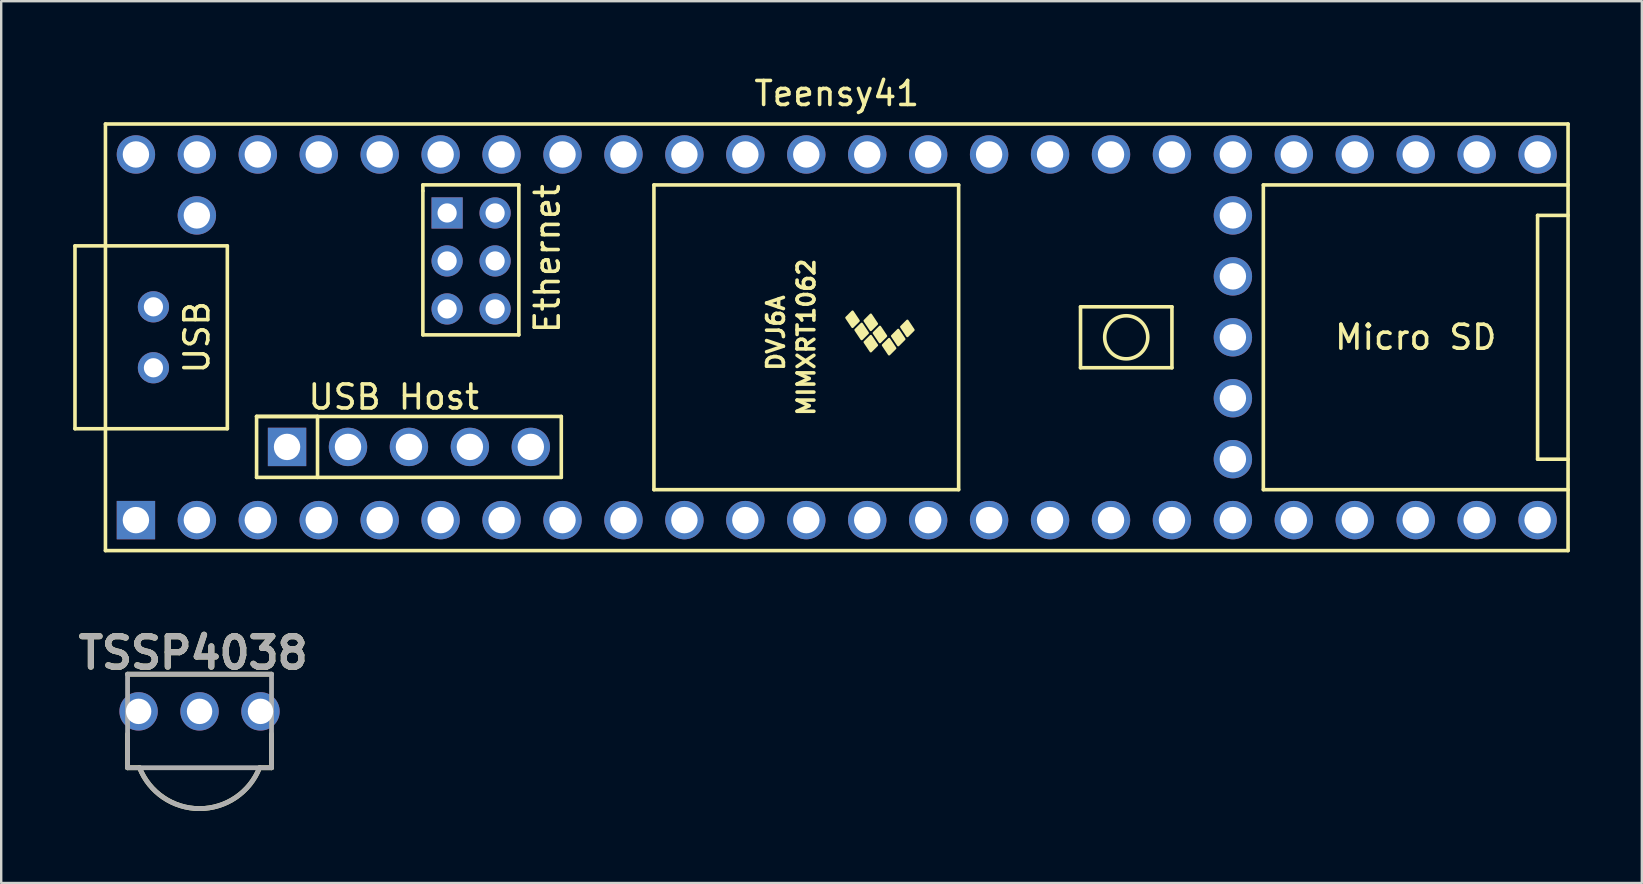
<source format=kicad_pcb>
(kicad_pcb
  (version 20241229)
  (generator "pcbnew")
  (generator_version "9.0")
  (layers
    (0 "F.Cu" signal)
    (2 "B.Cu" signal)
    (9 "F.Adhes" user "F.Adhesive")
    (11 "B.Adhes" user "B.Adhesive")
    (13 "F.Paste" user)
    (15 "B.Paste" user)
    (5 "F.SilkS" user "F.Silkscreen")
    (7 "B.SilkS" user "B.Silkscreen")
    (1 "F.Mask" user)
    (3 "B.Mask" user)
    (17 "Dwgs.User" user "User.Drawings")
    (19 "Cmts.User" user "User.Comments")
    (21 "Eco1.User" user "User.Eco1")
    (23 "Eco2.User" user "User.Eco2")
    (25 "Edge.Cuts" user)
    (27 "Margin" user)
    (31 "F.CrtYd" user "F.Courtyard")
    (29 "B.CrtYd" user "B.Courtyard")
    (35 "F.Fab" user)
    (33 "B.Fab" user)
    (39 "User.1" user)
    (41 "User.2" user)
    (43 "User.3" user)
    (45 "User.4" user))
  (footprint "Teensy41"
    (layer "F.Cu")
    (at 31.825 11.008)
    (property "Reference" "Teensy41" (at 0 -10.16 0) (layer "F.SilkS") (effects (font (size 1 1) (thickness 0.15))))
    (attr through_hole)
    (fp_line (start -31.75 -3.81) (end -30.48 -3.81) (stroke (width 0.15) (type solid)) (layer "F.SilkS"))
    (fp_line (start -31.75 3.81) (end -31.75 -3.81) (stroke (width 0.15) (type solid)) (layer "F.SilkS"))
    (fp_line (start -30.48 -8.89) (end 30.48 -8.89) (stroke (width 0.15) (type solid)) (layer "F.SilkS"))
    (fp_line (start -30.48 3.81) (end -31.75 3.81) (stroke (width 0.15) (type solid)) (layer "F.SilkS"))
    (fp_line (start -30.48 8.89) (end -30.48 -8.89) (stroke (width 0.15) (type solid)) (layer "F.SilkS"))
    (fp_line (start -25.4 -3.81) (end -30.48 -3.81) (stroke (width 0.15) (type solid)) (layer "F.SilkS"))
    (fp_line (start -25.4 3.81) (end -30.48 3.81) (stroke (width 0.15) (type solid)) (layer "F.SilkS"))
    (fp_line (start -25.4 3.81) (end -25.4 -3.81) (stroke (width 0.15) (type solid)) (layer "F.SilkS"))
    (fp_line (start -24.181 3.299) (end -21.641 3.299) (stroke (width 0.15) (type solid)) (layer "F.SilkS"))
    (fp_line (start -24.181 3.299) (end -11.481 3.299) (stroke (width 0.15) (type solid)) (layer "F.SilkS"))
    (fp_line (start -24.181 5.839) (end -24.181 3.299) (stroke (width 0.15) (type solid)) (layer "F.SilkS"))
    (fp_line (start -21.641 3.299) (end -21.641 5.839) (stroke (width 0.15) (type solid)) (layer "F.SilkS"))
    (fp_line (start -17.25 -6.352) (end -17.25 -6.102) (stroke (width 0.15) (type solid)) (layer "F.SilkS"))
    (fp_line (start -17.25 -6.102) (end -17.25 -0.102) (stroke (width 0.15) (type solid)) (layer "F.SilkS"))
    (fp_line (start -17.25 -0.102) (end -13.25 -0.102) (stroke (width 0.15) (type solid)) (layer "F.SilkS"))
    (fp_line (start -13.25 -6.352) (end -17.25 -6.352) (stroke (width 0.15) (type solid)) (layer "F.SilkS"))
    (fp_line (start -13.25 -0.102) (end -13.25 -6.352) (stroke (width 0.15) (type solid)) (layer "F.SilkS"))
    (fp_line (start -11.481 3.299) (end -11.481 5.839) (stroke (width 0.15) (type solid)) (layer "F.SilkS"))
    (fp_line (start -11.481 5.839) (end -24.181 5.839) (stroke (width 0.15) (type solid)) (layer "F.SilkS"))
    (fp_line (start -7.62 -6.35) (end -7.62 6.35) (stroke (width 0.15) (type solid)) (layer "F.SilkS"))
    (fp_line (start -7.62 6.35) (end 5.08 6.35) (stroke (width 0.15) (type solid)) (layer "F.SilkS"))
    (fp_line (start 5.08 -6.35) (end -7.62 -6.35) (stroke (width 0.15) (type solid)) (layer "F.SilkS"))
    (fp_line (start 5.08 6.35) (end 5.08 -6.35) (stroke (width 0.15) (type solid)) (layer "F.SilkS"))
    (fp_line (start 10.16 -1.27) (end 13.97 -1.27) (stroke (width 0.15) (type solid)) (layer "F.SilkS"))
    (fp_line (start 10.16 1.27) (end 10.16 -1.27) (stroke (width 0.15) (type solid)) (layer "F.SilkS"))
    (fp_line (start 13.97 -1.27) (end 13.97 1.27) (stroke (width 0.15) (type solid)) (layer "F.SilkS"))
    (fp_line (start 13.97 1.27) (end 10.16 1.27) (stroke (width 0.15) (type solid)) (layer "F.SilkS"))
    (fp_line (start 17.78 -6.35) (end 17.78 6.35) (stroke (width 0.15) (type solid)) (layer "F.SilkS"))
    (fp_line (start 17.78 6.35) (end 30.48 6.35) (stroke (width 0.15) (type solid)) (layer "F.SilkS"))
    (fp_line (start 29.21 -5.08) (end 29.21 5.08) (stroke (width 0.15) (type solid)) (layer "F.SilkS"))
    (fp_line (start 29.21 5.08) (end 30.48 5.08) (stroke (width 0.15) (type solid)) (layer "F.SilkS"))
    (fp_line (start 30.48 -8.89) (end 30.48 8.89) (stroke (width 0.15) (type solid)) (layer "F.SilkS"))
    (fp_line (start 30.48 -6.35) (end 17.78 -6.35) (stroke (width 0.15) (type solid)) (layer "F.SilkS"))
    (fp_line (start 30.48 -5.08) (end 29.21 -5.08) (stroke (width 0.15) (type solid)) (layer "F.SilkS"))
    (fp_line (start 30.48 8.89) (end -30.48 8.89) (stroke (width 0.15) (type solid)) (layer "F.SilkS"))
    (fp_circle (center 12.065 0) (end 12.7 -0.635) (stroke (width 0.15) (type solid)) (fill no) (layer "F.SilkS"))
    (fp_poly (pts (xy 0.911 -0.688) (xy 0.657 -0.434) (xy 0.403 -0.815) (xy 0.657 -1.069)) (stroke (width 0.1) (type solid)) (fill yes) (layer "F.SilkS"))
    (fp_poly (pts (xy 1.292 -0.18) (xy 1.038 0.074) (xy 0.784 -0.307) (xy 1.038 -0.561)) (stroke (width 0.1) (type solid)) (fill yes) (layer "F.SilkS"))
    (fp_poly (pts (xy 1.673 -0.561) (xy 1.419 -0.307) (xy 1.165 -0.688) (xy 1.419 -0.942)) (stroke (width 0.1) (type solid)) (fill yes) (layer "F.SilkS"))
    (fp_poly (pts (xy 1.673 0.328) (xy 1.419 0.582) (xy 1.165 0.201) (xy 1.419 -0.053)) (stroke (width 0.1) (type solid)) (fill yes) (layer "F.SilkS"))
    (fp_poly (pts (xy 2.054 -0.053) (xy 1.8 0.201) (xy 1.546 -0.18) (xy 1.8 -0.434)) (stroke (width 0.1) (type solid)) (fill yes) (layer "F.SilkS"))
    (fp_poly (pts (xy 2.435 0.455) (xy 2.181 0.709) (xy 1.927 0.328) (xy 2.181 0.074)) (stroke (width 0.1) (type solid)) (fill yes) (layer "F.SilkS"))
    (fp_poly (pts (xy 2.816 0.074) (xy 2.562 0.328) (xy 2.308 -0.053) (xy 2.562 -0.307)) (stroke (width 0.1) (type solid)) (fill yes) (layer "F.SilkS"))
    (fp_poly (pts (xy 3.197 -0.307) (xy 2.943 -0.053) (xy 2.689 -0.434) (xy 2.943 -0.688)) (stroke (width 0.1) (type solid)) (fill yes) (layer "F.SilkS"))
    (fp_text user "MIMXRT1062" (at -1.27 0 270) (layer "F.SilkS") (effects (font (size 0.7 0.7) (thickness 0.15))))
    (fp_text user "DVJ6A" (at -2.54 -0.18 270) (layer "F.SilkS") (effects (font (size 0.7 0.7) (thickness 0.15))))
    (fp_text user "USB Host" (at -18.466 2.489 0) (layer "F.SilkS") (effects (font (size 1 1) (thickness 0.15))))
    (fp_text user "Ethernet" (at -12.065 -3.277 90) (layer "F.SilkS") (effects (font (size 1 1) (thickness 0.15))))
    (fp_text user "USB" (at -26.67 0 270) (layer "F.SilkS") (effects (font (size 1 1) (thickness 0.15))))
    (fp_text user "Micro SD" (at 24.13 0 0) (layer "F.SilkS") (effects (font (size 1 1) (thickness 0.15))))
    (pad "1" thru_hole rect (at -29.21 7.62) (size 1.6 1.6) (drill 1.1) (layers "*.Cu" "*.Mask"))
    (pad "2" thru_hole circle (at -26.67 7.62) (size 1.6 1.6) (drill 1.1) (layers "*.Cu" "*.Mask"))
    (pad "3" thru_hole circle (at -24.13 7.62) (size 1.6 1.6) (drill 1.1) (layers "*.Cu" "*.Mask"))
    (pad "4" thru_hole circle (at -21.59 7.62) (size 1.6 1.6) (drill 1.1) (layers "*.Cu" "*.Mask"))
    (pad "5" thru_hole circle (at -19.05 7.62) (size 1.6 1.6) (drill 1.1) (layers "*.Cu" "*.Mask"))
    (pad "6" thru_hole circle (at -16.51 7.62) (size 1.6 1.6) (drill 1.1) (layers "*.Cu" "*.Mask"))
    (pad "7" thru_hole circle (at -13.97 7.62) (size 1.6 1.6) (drill 1.1) (layers "*.Cu" "*.Mask"))
    (pad "8" thru_hole circle (at -11.43 7.62) (size 1.6 1.6) (drill 1.1) (layers "*.Cu" "*.Mask"))
    (pad "9" thru_hole circle (at -8.89 7.62) (size 1.6 1.6) (drill 1.1) (layers "*.Cu" "*.Mask"))
    (pad "10" thru_hole circle (at -6.35 7.62) (size 1.6 1.6) (drill 1.1) (layers "*.Cu" "*.Mask"))
    (pad "11" thru_hole circle (at -3.81 7.62) (size 1.6 1.6) (drill 1.1) (layers "*.Cu" "*.Mask"))
    (pad "12" thru_hole circle (at -1.27 7.62) (size 1.6 1.6) (drill 1.1) (layers "*.Cu" "*.Mask"))
    (pad "13" thru_hole circle (at 1.27 7.62) (size 1.6 1.6) (drill 1.1) (layers "*.Cu" "*.Mask"))
    (pad "14" thru_hole circle (at 3.81 7.62) (size 1.6 1.6) (drill 1.1) (layers "*.Cu" "*.Mask"))
    (pad "15" thru_hole circle (at 6.35 7.62) (size 1.6 1.6) (drill 1.1) (layers "*.Cu" "*.Mask"))
    (pad "16" thru_hole circle (at 8.89 7.62) (size 1.6 1.6) (drill 1.1) (layers "*.Cu" "*.Mask"))
    (pad "17" thru_hole circle (at 11.43 7.62) (size 1.6 1.6) (drill 1.1) (layers "*.Cu" "*.Mask"))
    (pad "18" thru_hole circle (at 13.97 7.62) (size 1.6 1.6) (drill 1.1) (layers "*.Cu" "*.Mask"))
    (pad "19" thru_hole circle (at 16.51 7.62) (size 1.6 1.6) (drill 1.1) (layers "*.Cu" "*.Mask"))
    (pad "20" thru_hole circle (at 19.05 7.62) (size 1.6 1.6) (drill 1.1) (layers "*.Cu" "*.Mask"))
    (pad "21" thru_hole circle (at 21.59 7.62) (size 1.6 1.6) (drill 1.1) (layers "*.Cu" "*.Mask"))
    (pad "22" thru_hole circle (at 24.13 7.62) (size 1.6 1.6) (drill 1.1) (layers "*.Cu" "*.Mask"))
    (pad "23" thru_hole circle (at 26.67 7.62) (size 1.6 1.6) (drill 1.1) (layers "*.Cu" "*.Mask"))
    (pad "24" thru_hole circle (at 29.21 7.62) (size 1.6 1.6) (drill 1.1) (layers "*.Cu" "*.Mask"))
    (pad "25" thru_hole circle (at 29.21 -7.62) (size 1.6 1.6) (drill 1.1) (layers "*.Cu" "*.Mask"))
    (pad "26" thru_hole circle (at 26.67 -7.62) (size 1.6 1.6) (drill 1.1) (layers "*.Cu" "*.Mask"))
    (pad "27" thru_hole circle (at 24.13 -7.62) (size 1.6 1.6) (drill 1.1) (layers "*.Cu" "*.Mask"))
    (pad "28" thru_hole circle (at 21.59 -7.62) (size 1.6 1.6) (drill 1.1) (layers "*.Cu" "*.Mask"))
    (pad "29" thru_hole circle (at 19.05 -7.62) (size 1.6 1.6) (drill 1.1) (layers "*.Cu" "*.Mask"))
    (pad "30" thru_hole circle (at 16.51 -7.62) (size 1.6 1.6) (drill 1.1) (layers "*.Cu" "*.Mask"))
    (pad "31" thru_hole circle (at 13.97 -7.62) (size 1.6 1.6) (drill 1.1) (layers "*.Cu" "*.Mask"))
    (pad "32" thru_hole circle (at 11.43 -7.62) (size 1.6 1.6) (drill 1.1) (layers "*.Cu" "*.Mask"))
    (pad "33" thru_hole circle (at 8.89 -7.62) (size 1.6 1.6) (drill 1.1) (layers "*.Cu" "*.Mask"))
    (pad "34" thru_hole circle (at 6.35 -7.62) (size 1.6 1.6) (drill 1.1) (layers "*.Cu" "*.Mask"))
    (pad "35" thru_hole circle (at 3.81 -7.62) (size 1.6 1.6) (drill 1.1) (layers "*.Cu" "*.Mask"))
    (pad "36" thru_hole circle (at 1.27 -7.62) (size 1.6 1.6) (drill 1.1) (layers "*.Cu" "*.Mask"))
    (pad "37" thru_hole circle (at -1.27 -7.62) (size 1.6 1.6) (drill 1.1) (layers "*.Cu" "*.Mask"))
    (pad "38" thru_hole circle (at -3.81 -7.62) (size 1.6 1.6) (drill 1.1) (layers "*.Cu" "*.Mask"))
    (pad "39" thru_hole circle (at -6.35 -7.62) (size 1.6 1.6) (drill 1.1) (layers "*.Cu" "*.Mask"))
    (pad "40" thru_hole circle (at -8.89 -7.62) (size 1.6 1.6) (drill 1.1) (layers "*.Cu" "*.Mask"))
    (pad "41" thru_hole circle (at -11.43 -7.62) (size 1.6 1.6) (drill 1.1) (layers "*.Cu" "*.Mask"))
    (pad "42" thru_hole circle (at -13.97 -7.62) (size 1.6 1.6) (drill 1.1) (layers "*.Cu" "*.Mask"))
    (pad "43" thru_hole circle (at -16.51 -7.62) (size 1.6 1.6) (drill 1.1) (layers "*.Cu" "*.Mask"))
    (pad "44" thru_hole circle (at -19.05 -7.62) (size 1.6 1.6) (drill 1.1) (layers "*.Cu" "*.Mask"))
    (pad "45" thru_hole circle (at -21.59 -7.62) (size 1.6 1.6) (drill 1.1) (layers "*.Cu" "*.Mask"))
    (pad "46" thru_hole circle (at -24.13 -7.62) (size 1.6 1.6) (drill 1.1) (layers "*.Cu" "*.Mask"))
    (pad "47" thru_hole circle (at -26.67 -7.62) (size 1.6 1.6) (drill 1.1) (layers "*.Cu" "*.Mask"))
    (pad "48" thru_hole circle (at -29.21 -7.62) (size 1.6 1.6) (drill 1.1) (layers "*.Cu" "*.Mask"))
    (pad "49" thru_hole circle (at -26.67 -5.08) (size 1.6 1.6) (drill 1.1) (layers "*.Cu" "*.Mask"))
    (pad "50" thru_hole circle (at 16.51 5.08) (size 1.6 1.6) (drill 1.1) (layers "*.Cu" "*.Mask"))
    (pad "51" thru_hole circle (at 16.51 2.54) (size 1.6 1.6) (drill 1.1) (layers "*.Cu" "*.Mask"))
    (pad "52" thru_hole circle (at 16.51 0) (size 1.6 1.6) (drill 1.1) (layers "*.Cu" "*.Mask"))
    (pad "53" thru_hole circle (at 16.51 -2.54) (size 1.6 1.6) (drill 1.1) (layers "*.Cu" "*.Mask"))
    (pad "54" thru_hole circle (at 16.51 -5.08) (size 1.6 1.6) (drill 1.1) (layers "*.Cu" "*.Mask"))
    (pad "55" thru_hole rect (at -22.911 4.569) (size 1.6 1.6) (drill 1.1) (layers "*.Cu" "*.Mask"))
    (pad "56" thru_hole circle (at -20.371 4.569) (size 1.6 1.6) (drill 1.1) (layers "*.Cu" "*.Mask"))
    (pad "57" thru_hole circle (at -17.831 4.569) (size 1.6 1.6) (drill 1.1) (layers "*.Cu" "*.Mask"))
    (pad "58" thru_hole circle (at -15.291 4.569) (size 1.6 1.6) (drill 1.1) (layers "*.Cu" "*.Mask"))
    (pad "59" thru_hole circle (at -12.751 4.569) (size 1.6 1.6) (drill 1.1) (layers "*.Cu" "*.Mask"))
    (pad "60" thru_hole rect (at -16.24 -5.182) (size 1.3 1.3) (drill 0.8) (layers "*.Cu" "*.Mask"))
    (pad "61" thru_hole circle (at -16.24 -3.182) (size 1.3 1.3) (drill 0.8) (layers "*.Cu" "*.Mask"))
    (pad "62" thru_hole circle (at -16.24 -1.182) (size 1.3 1.3) (drill 0.8) (layers "*.Cu" "*.Mask"))
    (pad "63" thru_hole circle (at -14.24 -1.182) (size 1.3 1.3) (drill 0.8) (layers "*.Cu" "*.Mask"))
    (pad "64" thru_hole circle (at -14.24 -3.182) (size 1.3 1.3) (drill 0.8) (layers "*.Cu" "*.Mask"))
    (pad "65" thru_hole circle (at -14.24 -5.182) (size 1.3 1.3) (drill 0.8) (layers "*.Cu" "*.Mask"))
    (pad "66" thru_hole circle (at -28.48 -1.27) (size 1.3 1.3) (drill 0.8) (layers "*.Cu" "*.Mask"))
    (pad "67" thru_hole circle (at -28.48 1.27) (size 1.3 1.3) (drill 0.8) (layers "*.Cu" "*.Mask")))
  (footprint "TSSP4038"
    (layer "F.Cu")
    (at 5.267 25.049)
    (property "Reference" "TSSP4038" (at -0.266 -0.887 0) (layer "F.SilkS") (effects (font (size 1.27 1.27) (thickness 0.254))))
    (attr through_hole)
    (fp_line (start -3 0) (end 3 0) (stroke (width 0.2) (type solid)) (layer "F.SilkS"))
    (fp_line (start -3 3.9) (end -3 2.495) (stroke (width 0.2) (type solid)) (layer "F.SilkS"))
    (fp_line (start -3 3.9) (end -2.5 3.9) (stroke (width 0.2) (type solid)) (layer "F.SilkS"))
    (fp_line (start 3 3.9) (end 2.5 3.9) (stroke (width 0.2) (type solid)) (layer "F.SilkS"))
    (fp_line (start 3 3.9) (end 3 2.495) (stroke (width 0.2) (type solid)) (layer "F.SilkS"))
    (fp_arc (start 2.5 3.9) (mid -0.001152 5.603001) (end -2.500843 3.897855) (stroke (width 0.2) (type solid)) (layer "F.SilkS"))
    (fp_line (start -3 0) (end 3 0) (stroke (width 0.2) (type solid)) (layer "F.Fab"))
    (fp_line (start -3 3.9) (end -3 0) (stroke (width 0.2) (type solid)) (layer "F.Fab"))
    (fp_line (start 3 0) (end 3 3.9) (stroke (width 0.2) (type solid)) (layer "F.Fab"))
    (fp_line (start 3 3.9) (end -3 3.9) (stroke (width 0.2) (type solid)) (layer "F.Fab"))
    (fp_arc (start 2.499174 3.902097) (mid -0.001127 5.602957) (end -2.5 3.9) (stroke (width 0.2) (type solid)) (layer "F.Fab"))
    (fp_text user "${REFERENCE}" (at -0.266 -0.887 0) (layer "F.Fab") (effects (font (size 1.27 1.27) (thickness 0.254))))
    (pad "1" thru_hole circle (at -2.54 1.55) (size 1.6 1.6) (drill 1.06) (layers "*.Cu" "*.Mask"))
    (pad "2" thru_hole circle (at 0 1.55) (size 1.6 1.6) (drill 1.06) (layers "*.Cu" "*.Mask"))
    (pad "3" thru_hole circle (at 2.54 1.55) (size 1.6 1.6) (drill 1.06) (layers "*.Cu" "*.Mask")))
  (gr_rect
    (start -3 -3)
    (end 65.38 33.752)
    (stroke (width 0.1) (type default))
    (fill no)
    (layer "Edge.Cuts")))
</source>
